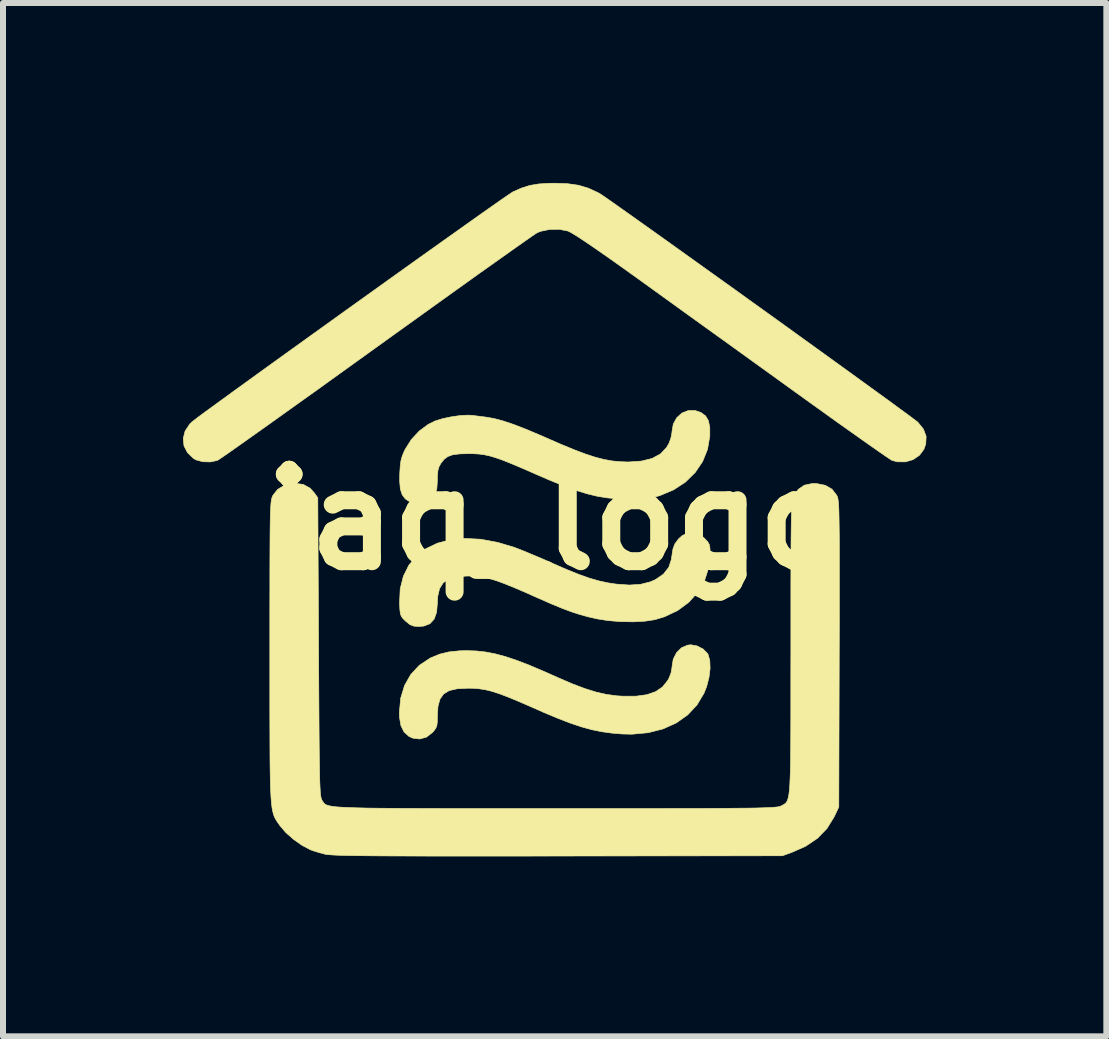
<source format=kicad_pcb>
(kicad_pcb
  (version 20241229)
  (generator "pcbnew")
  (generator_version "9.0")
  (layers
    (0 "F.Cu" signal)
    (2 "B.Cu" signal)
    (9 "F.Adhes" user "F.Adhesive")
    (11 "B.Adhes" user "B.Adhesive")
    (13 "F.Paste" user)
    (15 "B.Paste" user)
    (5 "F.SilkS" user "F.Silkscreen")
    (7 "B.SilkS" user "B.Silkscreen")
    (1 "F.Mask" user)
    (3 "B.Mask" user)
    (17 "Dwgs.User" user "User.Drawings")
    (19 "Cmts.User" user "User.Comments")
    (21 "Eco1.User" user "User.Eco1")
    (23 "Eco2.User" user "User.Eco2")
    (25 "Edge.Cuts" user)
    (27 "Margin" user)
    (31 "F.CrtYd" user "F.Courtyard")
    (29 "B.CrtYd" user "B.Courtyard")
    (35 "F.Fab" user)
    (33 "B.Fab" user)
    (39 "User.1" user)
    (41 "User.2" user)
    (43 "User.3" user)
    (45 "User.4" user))
  (footprint "iaq_logo"
    (layer "F.Cu")
    (at 6.199 5.618)
    (property "Reference" "iaq_logo" (at 0 0 0) (layer "F.SilkS") (effects (font (size 1.524 1.524) (thickness 0.3))))
    (attr through_hole)
    (fp_poly (pts (xy 2.374 2.102) (xy 2.473 2.153) (xy 2.545 2.224) (xy 2.557 2.243) (xy 2.586 2.344) (xy 2.591 2.476) (xy 2.573 2.625) (xy 2.534 2.778) (xy 2.49 2.89) (xy 2.372 3.087) (xy 2.216 3.253) (xy 2.026 3.387) (xy 1.805 3.486) (xy 1.558 3.549) (xy 1.287 3.574) (xy 1.119 3.57) (xy 0.945 3.555) (xy 0.782 3.532) (xy 0.62 3.499) (xy 0.451 3.453) (xy 0.268 3.392) (xy 0.063 3.313) (xy -0.173 3.215) (xy -0.379 3.124) (xy -0.595 3.03) (xy -0.773 2.956) (xy -0.921 2.9) (xy -1.047 2.859) (xy -1.158 2.832) (xy -1.263 2.816) (xy -1.369 2.808) (xy -1.448 2.807) (xy -1.624 2.816) (xy -1.757 2.846) (xy -1.852 2.903) (xy -1.913 2.989) (xy -1.946 3.109) (xy -1.956 3.258) (xy -1.957 3.36) (xy -1.964 3.426) (xy -1.982 3.474) (xy -2.015 3.519) (xy -2.039 3.546) (xy -2.139 3.623) (xy -2.252 3.654) (xy -2.368 3.639) (xy -2.434 3.608) (xy -2.513 3.535) (xy -2.564 3.431) (xy -2.588 3.291) (xy -2.59 3.208) (xy -2.568 2.973) (xy -2.504 2.762) (xy -2.4 2.579) (xy -2.258 2.426) (xy -2.079 2.307) (xy -2.069 2.302) (xy -1.921 2.24) (xy -1.765 2.202) (xy -1.584 2.183) (xy -1.46 2.181) (xy -1.306 2.186) (xy -1.152 2.203) (xy -0.992 2.234) (xy -0.82 2.28) (xy -0.629 2.344) (xy -0.412 2.428) (xy -0.163 2.534) (xy 0.041 2.625) (xy 0.286 2.731) (xy 0.499 2.812) (xy 0.688 2.871) (xy 0.865 2.911) (xy 1.037 2.934) (xy 1.131 2.94) (xy 1.355 2.94) (xy 1.538 2.915) (xy 1.684 2.864) (xy 1.798 2.786) (xy 1.885 2.677) (xy 1.906 2.639) (xy 1.939 2.554) (xy 1.955 2.466) (xy 1.956 2.451) (xy 1.976 2.324) (xy 2.031 2.215) (xy 2.113 2.133) (xy 2.216 2.089) (xy 2.269 2.083) (xy 2.374 2.102)) (stroke (width 0.01) (type solid)) (fill yes) (layer "F.SilkS"))
    (fp_poly (pts (xy 2.371 0.233) (xy 2.43 0.253) (xy 2.486 0.297) (xy 2.504 0.315) (xy 2.552 0.366) (xy 2.578 0.413) (xy 2.589 0.472) (xy 2.591 0.564) (xy 2.591 0.566) (xy 2.567 0.799) (xy 2.498 1.014) (xy 2.386 1.207) (xy 2.236 1.374) (xy 2.05 1.512) (xy 1.832 1.615) (xy 1.67 1.664) (xy 1.509 1.689) (xy 1.315 1.7) (xy 1.104 1.697) (xy 0.893 1.68) (xy 0.709 1.651) (xy 0.563 1.618) (xy 0.424 1.58) (xy 0.281 1.534) (xy 0.124 1.475) (xy -0.058 1.4) (xy -0.274 1.305) (xy -0.275 1.305) (xy -0.503 1.203) (xy -0.693 1.122) (xy -0.85 1.059) (xy -0.982 1.011) (xy -1.095 0.978) (xy -1.196 0.955) (xy -1.292 0.942) (xy -1.389 0.937) (xy -1.451 0.936) (xy -1.628 0.947) (xy -1.762 0.984) (xy -1.858 1.049) (xy -1.92 1.146) (xy -1.951 1.278) (xy -1.956 1.383) (xy -1.969 1.54) (xy -2.01 1.655) (xy -2.081 1.732) (xy -2.183 1.771) (xy -2.267 1.778) (xy -2.35 1.772) (xy -2.414 1.747) (xy -2.482 1.692) (xy -2.483 1.691) (xy -2.529 1.647) (xy -2.558 1.608) (xy -2.574 1.561) (xy -2.582 1.491) (xy -2.587 1.387) (xy -2.576 1.149) (xy -2.523 0.939) (xy -2.432 0.756) (xy -2.305 0.603) (xy -2.146 0.48) (xy -1.956 0.389) (xy -1.739 0.332) (xy -1.498 0.31) (xy -1.235 0.323) (xy -0.954 0.375) (xy -0.678 0.457) (xy -0.583 0.493) (xy -0.455 0.545) (xy -0.307 0.607) (xy -0.151 0.674) (xy -0.045 0.721) (xy 0.193 0.825) (xy 0.396 0.907) (xy 0.573 0.97) (xy 0.734 1.017) (xy 0.886 1.05) (xy 1.025 1.071) (xy 1.244 1.087) (xy 1.43 1.075) (xy 1.593 1.034) (xy 1.682 0.995) (xy 1.813 0.905) (xy 1.902 0.791) (xy 1.944 0.664) (xy 1.958 0.572) (xy 1.972 0.484) (xy 2.004 0.4) (xy 2.066 0.316) (xy 2.07 0.313) (xy 2.128 0.261) (xy 2.184 0.236) (xy 2.261 0.229) (xy 2.286 0.229) (xy 2.371 0.233)) (stroke (width 0.01) (type solid)) (fill yes) (layer "F.SilkS"))
    (fp_poly (pts (xy 2.439 -1.79) (xy 2.516 -1.733) (xy 2.564 -1.651) (xy 2.586 -1.537) (xy 2.586 -1.397) (xy 2.548 -1.176) (xy 2.466 -0.972) (xy 2.342 -0.789) (xy 2.18 -0.63) (xy 1.985 -0.502) (xy 1.761 -0.407) (xy 1.699 -0.389) (xy 1.561 -0.363) (xy 1.386 -0.349) (xy 1.232 -0.347) (xy 1.052 -0.351) (xy 0.881 -0.366) (xy 0.713 -0.393) (xy 0.539 -0.435) (xy 0.351 -0.493) (xy 0.141 -0.57) (xy -0.099 -0.668) (xy -0.318 -0.763) (xy -0.534 -0.858) (xy -0.712 -0.933) (xy -0.858 -0.992) (xy -0.98 -1.035) (xy -1.083 -1.066) (xy -1.177 -1.086) (xy -1.266 -1.098) (xy -1.36 -1.103) (xy -1.435 -1.104) (xy -1.586 -1.1) (xy -1.698 -1.086) (xy -1.78 -1.057) (xy -1.844 -1.01) (xy -1.898 -0.942) (xy -1.929 -0.886) (xy -1.947 -0.824) (xy -1.955 -0.738) (xy -1.956 -0.66) (xy -1.965 -0.521) (xy -1.994 -0.42) (xy -2.05 -0.348) (xy -2.136 -0.295) (xy -2.15 -0.289) (xy -2.241 -0.26) (xy -2.317 -0.261) (xy -2.405 -0.295) (xy -2.413 -0.298) (xy -2.491 -0.35) (xy -2.543 -0.419) (xy -2.574 -0.514) (xy -2.585 -0.643) (xy -2.584 -0.767) (xy -2.576 -0.893) (xy -2.564 -0.986) (xy -2.542 -1.065) (xy -2.508 -1.147) (xy -2.492 -1.178) (xy -2.391 -1.339) (xy -2.258 -1.482) (xy -2.106 -1.594) (xy -1.991 -1.65) (xy -1.867 -1.688) (xy -1.724 -1.718) (xy -1.578 -1.739) (xy -1.45 -1.746) (xy -1.378 -1.743) (xy -1.296 -1.732) (xy -1.193 -1.719) (xy -1.143 -1.713) (xy -1.008 -1.689) (xy -0.852 -1.647) (xy -0.669 -1.585) (xy -0.454 -1.501) (xy -0.2 -1.393) (xy -0.152 -1.372) (xy 0.104 -1.26) (xy 0.322 -1.17) (xy 0.509 -1.099) (xy 0.672 -1.046) (xy 0.818 -1.008) (xy 0.953 -0.983) (xy 1.085 -0.97) (xy 1.221 -0.965) (xy 1.229 -0.965) (xy 1.447 -0.98) (xy 1.624 -1.024) (xy 1.763 -1.099) (xy 1.865 -1.206) (xy 1.908 -1.282) (xy 1.938 -1.367) (xy 1.954 -1.45) (xy 1.955 -1.468) (xy 1.977 -1.597) (xy 2.035 -1.703) (xy 2.12 -1.78) (xy 2.225 -1.822) (xy 2.34 -1.824) (xy 2.439 -1.79)) (stroke (width 0.01) (type solid)) (fill yes) (layer "F.SilkS"))
    (fp_poly (pts (xy 0.216 -5.605) (xy 0.398 -5.579) (xy 0.561 -5.53) (xy 0.722 -5.456) (xy 0.749 -5.441) (xy 0.785 -5.418) (xy 0.859 -5.367) (xy 0.968 -5.291) (xy 1.109 -5.191) (xy 1.279 -5.071) (xy 1.474 -4.932) (xy 1.692 -4.777) (xy 1.929 -4.608) (xy 2.183 -4.426) (xy 2.45 -4.235) (xy 2.728 -4.036) (xy 3.013 -3.832) (xy 3.302 -3.624) (xy 3.592 -3.416) (xy 3.88 -3.209) (xy 4.162 -3.005) (xy 4.437 -2.807) (xy 4.7 -2.617) (xy 4.949 -2.437) (xy 5.181 -2.269) (xy 5.392 -2.116) (xy 5.58 -1.98) (xy 5.74 -1.862) (xy 5.872 -1.766) (xy 5.97 -1.693) (xy 6.032 -1.646) (xy 6.054 -1.629) (xy 6.148 -1.514) (xy 6.193 -1.393) (xy 6.187 -1.265) (xy 6.156 -1.177) (xy 6.081 -1.076) (xy 5.975 -1.004) (xy 5.848 -0.967) (xy 5.713 -0.968) (xy 5.626 -0.991) (xy 5.594 -1.01) (xy 5.526 -1.056) (xy 5.422 -1.127) (xy 5.288 -1.221) (xy 5.126 -1.335) (xy 4.94 -1.467) (xy 4.732 -1.614) (xy 4.508 -1.775) (xy 4.269 -1.946) (xy 4.019 -2.126) (xy 4.017 -2.127) (xy 3.732 -2.333) (xy 3.431 -2.55) (xy 3.12 -2.774) (xy 2.808 -2.999) (xy 2.5 -3.22) (xy 2.204 -3.433) (xy 1.927 -3.633) (xy 1.676 -3.814) (xy 1.457 -3.972) (xy 1.41 -4.006) (xy 1.121 -4.213) (xy 0.871 -4.39) (xy 0.661 -4.536) (xy 0.49 -4.652) (xy 0.359 -4.738) (xy 0.267 -4.793) (xy 0.22 -4.816) (xy 0.073 -4.845) (xy -0.086 -4.842) (xy -0.235 -4.811) (xy -0.294 -4.787) (xy -0.326 -4.766) (xy -0.398 -4.717) (xy -0.505 -4.642) (xy -0.646 -4.543) (xy -0.818 -4.421) (xy -1.018 -4.279) (xy -1.244 -4.119) (xy -1.492 -3.941) (xy -1.761 -3.749) (xy -2.048 -3.543) (xy -2.35 -3.326) (xy -2.665 -3.1) (xy -2.975 -2.877) (xy -3.299 -2.644) (xy -3.612 -2.419) (xy -3.912 -2.203) (xy -4.196 -2) (xy -4.462 -1.81) (xy -4.707 -1.635) (xy -4.929 -1.477) (xy -5.125 -1.338) (xy -5.292 -1.22) (xy -5.428 -1.124) (xy -5.531 -1.053) (xy -5.597 -1.008) (xy -5.624 -0.991) (xy -5.74 -0.966) (xy -5.865 -0.969) (xy -5.977 -0.999) (xy -6.02 -1.022) (xy -6.122 -1.119) (xy -6.181 -1.233) (xy -6.194 -1.356) (xy -6.163 -1.48) (xy -6.086 -1.596) (xy -6.054 -1.628) (xy -6.019 -1.656) (xy -5.946 -1.712) (xy -5.838 -1.792) (xy -5.698 -1.894) (xy -5.529 -2.017) (xy -5.334 -2.159) (xy -5.116 -2.316) (xy -4.879 -2.488) (xy -4.625 -2.671) (xy -4.358 -2.863) (xy -4.08 -3.063) (xy -3.794 -3.268) (xy -3.505 -3.476) (xy -3.213 -3.685) (xy -2.924 -3.892) (xy -2.639 -4.096) (xy -2.362 -4.294) (xy -2.096 -4.484) (xy -1.844 -4.663) (xy -1.609 -4.83) (xy -1.394 -4.983) (xy -1.202 -5.119) (xy -1.037 -5.235) (xy -0.9 -5.331) (xy -0.796 -5.403) (xy -0.727 -5.449) (xy -0.699 -5.468) (xy -0.554 -5.532) (xy -0.416 -5.576) (xy -0.266 -5.601) (xy -0.089 -5.612) (xy 0.002 -5.613) (xy 0.216 -5.605)) (stroke (width 0.01) (type solid)) (fill yes) (layer "F.SilkS"))
    (fp_poly (pts (xy -4.191 -0.59) (xy -4.08 -0.529) (xy -4.009 -0.451) (xy -3.95 -0.368) (xy -3.937 2.121) (xy -3.935 2.533) (xy -3.933 2.897) (xy -3.931 3.216) (xy -3.929 3.494) (xy -3.927 3.733) (xy -3.925 3.936) (xy -3.922 4.107) (xy -3.92 4.248) (xy -3.917 4.363) (xy -3.913 4.454) (xy -3.909 4.524) (xy -3.905 4.578) (xy -3.899 4.616) (xy -3.893 4.644) (xy -3.887 4.663) (xy -3.879 4.676) (xy -3.879 4.677) (xy -3.867 4.696) (xy -3.856 4.712) (xy -3.844 4.727) (xy -3.828 4.741) (xy -3.806 4.753) (xy -3.775 4.763) (xy -3.733 4.773) (xy -3.678 4.781) (xy -3.606 4.788) (xy -3.516 4.793) (xy -3.405 4.798) (xy -3.27 4.802) (xy -3.11 4.806) (xy -2.921 4.808) (xy -2.702 4.81) (xy -2.449 4.811) (xy -2.161 4.812) (xy -1.835 4.813) (xy -1.468 4.813) (xy -1.058 4.813) (xy -0.603 4.813) (xy -0.101 4.813) (xy 0.013 4.813) (xy 0.518 4.813) (xy 0.976 4.813) (xy 1.387 4.813) (xy 1.756 4.813) (xy 2.083 4.812) (xy 2.372 4.812) (xy 2.625 4.811) (xy 2.845 4.81) (xy 3.034 4.808) (xy 3.194 4.807) (xy 3.329 4.805) (xy 3.44 4.802) (xy 3.53 4.799) (xy 3.601 4.796) (xy 3.657 4.792) (xy 3.699 4.788) (xy 3.73 4.784) (xy 3.753 4.778) (xy 3.769 4.773) (xy 3.78 4.767) (xy 3.806 4.754) (xy 3.828 4.741) (xy 3.848 4.726) (xy 3.866 4.706) (xy 3.88 4.677) (xy 3.893 4.638) (xy 3.904 4.583) (xy 3.913 4.512) (xy 3.92 4.42) (xy 3.925 4.305) (xy 3.93 4.164) (xy 3.933 3.993) (xy 3.935 3.789) (xy 3.936 3.551) (xy 3.937 3.274) (xy 3.937 2.956) (xy 3.937 2.593) (xy 3.938 2.183) (xy 3.938 2.128) (xy 3.938 1.722) (xy 3.938 1.365) (xy 3.938 1.051) (xy 3.939 0.779) (xy 3.94 0.545) (xy 3.941 0.347) (xy 3.943 0.18) (xy 3.945 0.043) (xy 3.947 -0.069) (xy 3.95 -0.159) (xy 3.954 -0.228) (xy 3.959 -0.282) (xy 3.964 -0.322) (xy 3.97 -0.352) (xy 3.977 -0.376) (xy 3.985 -0.395) (xy 3.985 -0.396) (xy 4.06 -0.508) (xy 4.162 -0.578) (xy 4.294 -0.606) (xy 4.366 -0.605) (xy 4.512 -0.576) (xy 4.623 -0.512) (xy 4.701 -0.411) (xy 4.709 -0.396) (xy 4.716 -0.378) (xy 4.722 -0.353) (xy 4.727 -0.319) (xy 4.732 -0.272) (xy 4.736 -0.209) (xy 4.739 -0.127) (xy 4.741 -0.024) (xy 4.743 0.105) (xy 4.745 0.261) (xy 4.746 0.448) (xy 4.746 0.669) (xy 4.746 0.926) (xy 4.746 1.223) (xy 4.746 1.563) (xy 4.745 1.949) (xy 4.744 2.24) (xy 4.737 4.788) (xy 4.659 4.953) (xy 4.54 5.146) (xy 4.382 5.309) (xy 4.183 5.443) (xy 3.961 5.541) (xy 3.797 5.601) (xy 0.064 5.605) (xy -0.462 5.606) (xy -0.939 5.606) (xy -1.37 5.606) (xy -1.757 5.606) (xy -2.102 5.606) (xy -2.408 5.605) (xy -2.677 5.604) (xy -2.911 5.603) (xy -3.112 5.601) (xy -3.284 5.599) (xy -3.427 5.597) (xy -3.545 5.594) (xy -3.64 5.591) (xy -3.713 5.587) (xy -3.768 5.583) (xy -3.806 5.579) (xy -3.823 5.576) (xy -3.926 5.549) (xy -4.026 5.518) (xy -4.077 5.499) (xy -4.215 5.426) (xy -4.355 5.327) (xy -4.482 5.215) (xy -4.578 5.103) (xy -4.581 5.099) (xy -4.608 5.061) (xy -4.632 5.026) (xy -4.653 4.992) (xy -4.672 4.956) (xy -4.688 4.914) (xy -4.701 4.864) (xy -4.713 4.802) (xy -4.722 4.726) (xy -4.73 4.631) (xy -4.736 4.515) (xy -4.741 4.376) (xy -4.744 4.209) (xy -4.747 4.012) (xy -4.748 3.781) (xy -4.749 3.514) (xy -4.75 3.207) (xy -4.75 2.858) (xy -4.75 2.462) (xy -4.75 2.205) (xy -4.75 1.792) (xy -4.75 1.427) (xy -4.749 1.106) (xy -4.749 0.828) (xy -4.748 0.587) (xy -4.747 0.382) (xy -4.746 0.21) (xy -4.744 0.067) (xy -4.742 -0.05) (xy -4.739 -0.144) (xy -4.735 -0.217) (xy -4.731 -0.274) (xy -4.726 -0.317) (xy -4.72 -0.348) (xy -4.714 -0.372) (xy -4.706 -0.391) (xy -4.699 -0.407) (xy -4.621 -0.507) (xy -4.508 -0.576) (xy -4.372 -0.608) (xy -4.33 -0.61) (xy -4.191 -0.59)) (stroke (width 0.01) (type solid)) (fill yes) (layer "F.SilkS")))
  (gr_rect
    (start -3 -3)
    (end 15.397 14.23)
    (stroke (width 0.1) (type default))
    (fill no)
    (layer "Edge.Cuts")))
</source>
